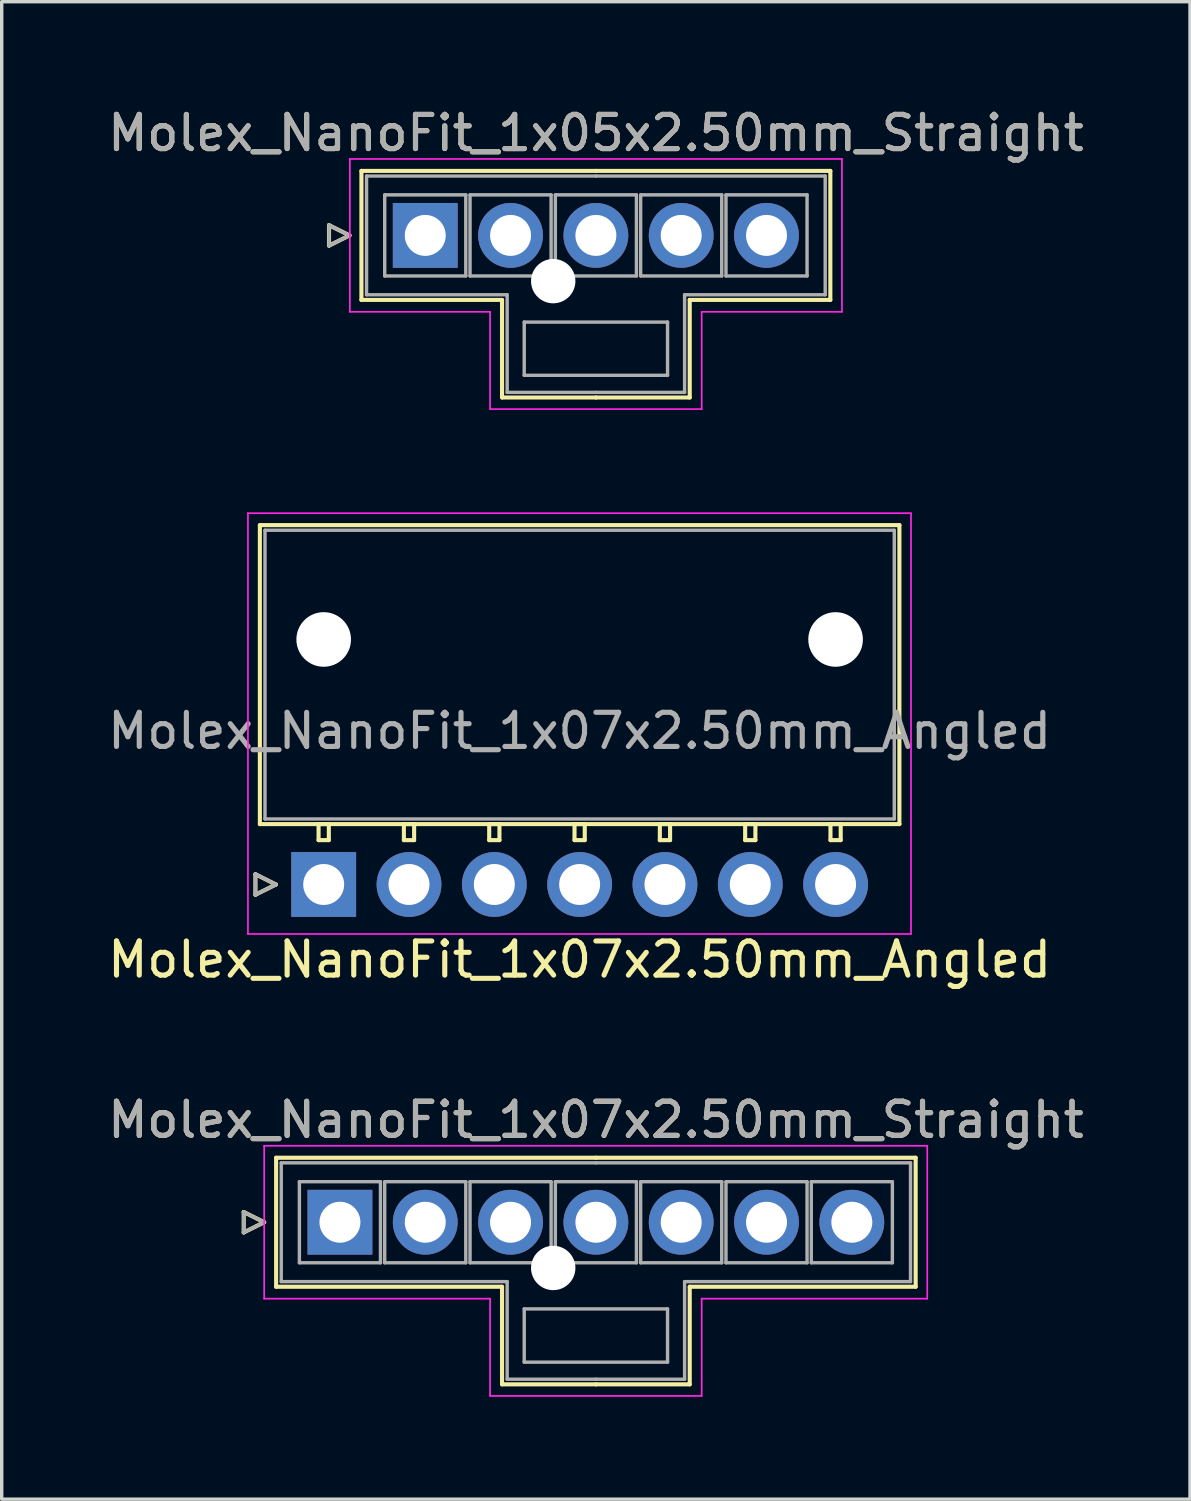
<source format=kicad_pcb>
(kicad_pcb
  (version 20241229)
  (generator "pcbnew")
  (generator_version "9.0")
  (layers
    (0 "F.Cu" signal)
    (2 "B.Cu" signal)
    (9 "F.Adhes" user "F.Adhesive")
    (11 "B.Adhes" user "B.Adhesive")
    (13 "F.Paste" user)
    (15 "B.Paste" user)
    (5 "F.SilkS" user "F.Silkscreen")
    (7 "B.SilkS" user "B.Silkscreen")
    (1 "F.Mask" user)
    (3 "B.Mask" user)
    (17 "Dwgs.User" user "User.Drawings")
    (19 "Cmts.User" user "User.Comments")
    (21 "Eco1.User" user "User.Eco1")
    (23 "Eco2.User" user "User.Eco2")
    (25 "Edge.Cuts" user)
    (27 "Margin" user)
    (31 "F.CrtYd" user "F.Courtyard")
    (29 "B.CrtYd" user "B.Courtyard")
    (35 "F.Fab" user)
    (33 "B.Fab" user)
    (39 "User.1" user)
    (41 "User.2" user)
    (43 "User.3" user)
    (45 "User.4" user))
  (footprint "Molex_NanoFit_1x07x2.50mm_Angled"
    (layer "F.Cu")
    (at 6.435 22.868)
    (property "Reference" "Molex_NanoFit_1x07x2.50mm_Angled" (at 7.5 2.2 0) (layer "F.SilkS") (effects (font (size 1 1) (thickness 0.15))))
    (attr through_hole)
    (fp_line (start -2 -0.3) (end -1.4 0) (stroke (width 0.12) (type solid)) (layer "F.SilkS"))
    (fp_line (start -2 0.3) (end -2 -0.3) (stroke (width 0.12) (type solid)) (layer "F.SilkS"))
    (fp_line (start -1.87 -10.53) (end -1.87 -1.77) (stroke (width 0.12) (type solid)) (layer "F.SilkS"))
    (fp_line (start -1.87 -1.77) (end 16.87 -1.77) (stroke (width 0.12) (type solid)) (layer "F.SilkS"))
    (fp_line (start -1.4 0) (end -2 0.3) (stroke (width 0.12) (type solid)) (layer "F.SilkS"))
    (fp_line (start -0.15 -1.77) (end -0.15 -1.3) (stroke (width 0.12) (type solid)) (layer "F.SilkS"))
    (fp_line (start -0.15 -1.3) (end 0.15 -1.3) (stroke (width 0.12) (type solid)) (layer "F.SilkS"))
    (fp_line (start 0.15 -1.77) (end -0.15 -1.77) (stroke (width 0.12) (type solid)) (layer "F.SilkS"))
    (fp_line (start 0.15 -1.3) (end 0.15 -1.77) (stroke (width 0.12) (type solid)) (layer "F.SilkS"))
    (fp_line (start 2.35 -1.77) (end 2.35 -1.3) (stroke (width 0.12) (type solid)) (layer "F.SilkS"))
    (fp_line (start 2.35 -1.3) (end 2.65 -1.3) (stroke (width 0.12) (type solid)) (layer "F.SilkS"))
    (fp_line (start 2.65 -1.77) (end 2.35 -1.77) (stroke (width 0.12) (type solid)) (layer "F.SilkS"))
    (fp_line (start 2.65 -1.3) (end 2.65 -1.77) (stroke (width 0.12) (type solid)) (layer "F.SilkS"))
    (fp_line (start 4.85 -1.77) (end 4.85 -1.3) (stroke (width 0.12) (type solid)) (layer "F.SilkS"))
    (fp_line (start 4.85 -1.3) (end 5.15 -1.3) (stroke (width 0.12) (type solid)) (layer "F.SilkS"))
    (fp_line (start 5.15 -1.77) (end 4.85 -1.77) (stroke (width 0.12) (type solid)) (layer "F.SilkS"))
    (fp_line (start 5.15 -1.3) (end 5.15 -1.77) (stroke (width 0.12) (type solid)) (layer "F.SilkS"))
    (fp_line (start 7.35 -1.77) (end 7.35 -1.3) (stroke (width 0.12) (type solid)) (layer "F.SilkS"))
    (fp_line (start 7.35 -1.3) (end 7.65 -1.3) (stroke (width 0.12) (type solid)) (layer "F.SilkS"))
    (fp_line (start 7.65 -1.77) (end 7.35 -1.77) (stroke (width 0.12) (type solid)) (layer "F.SilkS"))
    (fp_line (start 7.65 -1.3) (end 7.65 -1.77) (stroke (width 0.12) (type solid)) (layer "F.SilkS"))
    (fp_line (start 9.85 -1.77) (end 9.85 -1.3) (stroke (width 0.12) (type solid)) (layer "F.SilkS"))
    (fp_line (start 9.85 -1.3) (end 10.15 -1.3) (stroke (width 0.12) (type solid)) (layer "F.SilkS"))
    (fp_line (start 10.15 -1.77) (end 9.85 -1.77) (stroke (width 0.12) (type solid)) (layer "F.SilkS"))
    (fp_line (start 10.15 -1.3) (end 10.15 -1.77) (stroke (width 0.12) (type solid)) (layer "F.SilkS"))
    (fp_line (start 12.35 -1.77) (end 12.35 -1.3) (stroke (width 0.12) (type solid)) (layer "F.SilkS"))
    (fp_line (start 12.35 -1.3) (end 12.65 -1.3) (stroke (width 0.12) (type solid)) (layer "F.SilkS"))
    (fp_line (start 12.65 -1.77) (end 12.35 -1.77) (stroke (width 0.12) (type solid)) (layer "F.SilkS"))
    (fp_line (start 12.65 -1.3) (end 12.65 -1.77) (stroke (width 0.12) (type solid)) (layer "F.SilkS"))
    (fp_line (start 14.85 -1.77) (end 14.85 -1.3) (stroke (width 0.12) (type solid)) (layer "F.SilkS"))
    (fp_line (start 14.85 -1.3) (end 15.15 -1.3) (stroke (width 0.12) (type solid)) (layer "F.SilkS"))
    (fp_line (start 15.15 -1.77) (end 14.85 -1.77) (stroke (width 0.12) (type solid)) (layer "F.SilkS"))
    (fp_line (start 15.15 -1.3) (end 15.15 -1.77) (stroke (width 0.12) (type solid)) (layer "F.SilkS"))
    (fp_line (start 16.87 -10.53) (end -1.87 -10.53) (stroke (width 0.12) (type solid)) (layer "F.SilkS"))
    (fp_line (start 16.87 -1.77) (end 16.87 -10.53) (stroke (width 0.12) (type solid)) (layer "F.SilkS"))
    (fp_line (start -2.22 -10.88) (end -2.22 1.45) (stroke (width 0.05) (type solid)) (layer "F.CrtYd"))
    (fp_line (start -2.22 1.45) (end 17.21 1.45) (stroke (width 0.05) (type solid)) (layer "F.CrtYd"))
    (fp_line (start 17.21 -10.88) (end -2.22 -10.88) (stroke (width 0.05) (type solid)) (layer "F.CrtYd"))
    (fp_line (start 17.21 1.45) (end 17.21 -10.88) (stroke (width 0.05) (type solid)) (layer "F.CrtYd"))
    (fp_line (start -2 -0.3) (end -1.4 0) (stroke (width 0.1) (type solid)) (layer "F.Fab"))
    (fp_line (start -2 0.3) (end -2 -0.3) (stroke (width 0.1) (type solid)) (layer "F.Fab"))
    (fp_line (start -1.72 -10.38) (end -1.72 -1.92) (stroke (width 0.1) (type solid)) (layer "F.Fab"))
    (fp_line (start -1.72 -1.92) (end 16.72 -1.92) (stroke (width 0.1) (type solid)) (layer "F.Fab"))
    (fp_line (start -1.4 0) (end -2 0.3) (stroke (width 0.1) (type solid)) (layer "F.Fab"))
    (fp_line (start 16.72 -10.38) (end -1.72 -10.38) (stroke (width 0.1) (type solid)) (layer "F.Fab"))
    (fp_line (start 16.72 -1.92) (end 16.72 -10.38) (stroke (width 0.1) (type solid)) (layer "F.Fab"))
    (fp_text user "${REFERENCE}" (at 7.5 -4.5 0) (layer "F.Fab") (effects (font (size 1 1) (thickness 0.15))))
    (pad "" np_thru_hole circle (at 0 -7.18) (size 1.6 1.6) (drill 1.6) (layers "*.Cu" "*.Mask"))
    (pad "" np_thru_hole circle (at 15 -7.18) (size 1.6 1.6) (drill 1.6) (layers "*.Cu" "*.Mask"))
    (pad "1" thru_hole rect (at 0 0) (size 1.9 1.9) (drill 1.2) (layers "*.Cu" "*.Mask"))
    (pad "2" thru_hole circle (at 2.5 0) (size 1.9 1.9) (drill 1.2) (layers "*.Cu" "*.Mask"))
    (pad "3" thru_hole circle (at 5 0) (size 1.9 1.9) (drill 1.2) (layers "*.Cu" "*.Mask"))
    (pad "4" thru_hole circle (at 7.5 0) (size 1.9 1.9) (drill 1.2) (layers "*.Cu" "*.Mask"))
    (pad "5" thru_hole circle (at 10 0) (size 1.9 1.9) (drill 1.2) (layers "*.Cu" "*.Mask"))
    (pad "6" thru_hole circle (at 12.5 0) (size 1.9 1.9) (drill 1.2) (layers "*.Cu" "*.Mask"))
    (pad "7" thru_hole circle (at 15 0) (size 1.9 1.9) (drill 1.2) (layers "*.Cu" "*.Mask")))
  (footprint "Molex_NanoFit_1x05x2.50mm_Straight"
    (layer "F.Cu")
    (at 9.411 3.848)
    (property "Reference" "Molex_NanoFit_1x05x2.50mm_Straight" (at 5 -3 0) (layer "F.SilkS") (effects (font (size 1 1) (thickness 0.15))))
    (attr through_hole)
    (fp_line (start -2.82 -0.3) (end -2.22 0) (stroke (width 0.12) (type solid)) (layer "F.SilkS"))
    (fp_line (start -2.82 0.3) (end -2.82 -0.3) (stroke (width 0.12) (type solid)) (layer "F.SilkS"))
    (fp_line (start -2.22 0) (end -2.82 0.3) (stroke (width 0.12) (type solid)) (layer "F.SilkS"))
    (fp_line (start -1.87 -1.89) (end -1.87 1.89) (stroke (width 0.12) (type solid)) (layer "F.SilkS"))
    (fp_line (start -1.87 1.89) (end 2.25 1.89) (stroke (width 0.12) (type solid)) (layer "F.SilkS"))
    (fp_line (start 2.25 1.89) (end 2.25 4.75) (stroke (width 0.12) (type solid)) (layer "F.SilkS"))
    (fp_line (start 2.25 4.75) (end 5 4.75) (stroke (width 0.12) (type solid)) (layer "F.SilkS"))
    (fp_line (start 5 -1.89) (end -1.87 -1.89) (stroke (width 0.12) (type solid)) (layer "F.SilkS"))
    (fp_line (start 5 -1.89) (end 11.87 -1.89) (stroke (width 0.12) (type solid)) (layer "F.SilkS"))
    (fp_line (start 7.75 1.89) (end 7.75 4.75) (stroke (width 0.12) (type solid)) (layer "F.SilkS"))
    (fp_line (start 7.75 4.75) (end 5 4.75) (stroke (width 0.12) (type solid)) (layer "F.SilkS"))
    (fp_line (start 11.87 -1.89) (end 11.87 1.89) (stroke (width 0.12) (type solid)) (layer "F.SilkS"))
    (fp_line (start 11.87 1.89) (end 7.75 1.89) (stroke (width 0.12) (type solid)) (layer "F.SilkS"))
    (fp_line (start -2.21 -2.24) (end -2.21 2.24) (stroke (width 0.05) (type solid)) (layer "F.CrtYd"))
    (fp_line (start -2.21 2.24) (end 1.9 2.24) (stroke (width 0.05) (type solid)) (layer "F.CrtYd"))
    (fp_line (start 1.9 2.24) (end 1.9 5.09) (stroke (width 0.05) (type solid)) (layer "F.CrtYd"))
    (fp_line (start 1.9 5.09) (end 8.1 5.09) (stroke (width 0.05) (type solid)) (layer "F.CrtYd"))
    (fp_line (start 8.1 2.24) (end 12.21 2.24) (stroke (width 0.05) (type solid)) (layer "F.CrtYd"))
    (fp_line (start 8.1 5.09) (end 8.1 2.24) (stroke (width 0.05) (type solid)) (layer "F.CrtYd"))
    (fp_line (start 12.21 -2.24) (end -2.21 -2.24) (stroke (width 0.05) (type solid)) (layer "F.CrtYd"))
    (fp_line (start 12.21 2.24) (end 12.21 -2.24) (stroke (width 0.05) (type solid)) (layer "F.CrtYd"))
    (fp_line (start -2.82 -0.3) (end -2.22 0) (stroke (width 0.1) (type solid)) (layer "F.Fab"))
    (fp_line (start -2.82 0.3) (end -2.82 -0.3) (stroke (width 0.1) (type solid)) (layer "F.Fab"))
    (fp_line (start -2.22 0) (end -2.82 0.3) (stroke (width 0.1) (type solid)) (layer "F.Fab"))
    (fp_line (start -1.72 -1.74) (end -1.72 1.74) (stroke (width 0.1) (type solid)) (layer "F.Fab"))
    (fp_line (start -1.72 1.74) (end 2.4 1.74) (stroke (width 0.1) (type solid)) (layer "F.Fab"))
    (fp_line (start -1.188 -1.188) (end -1.188 1.188) (stroke (width 0.1) (type solid)) (layer "F.Fab"))
    (fp_line (start -1.188 1.188) (end 1.188 1.188) (stroke (width 0.1) (type solid)) (layer "F.Fab"))
    (fp_line (start 1.188 -1.188) (end -1.188 -1.188) (stroke (width 0.1) (type solid)) (layer "F.Fab"))
    (fp_line (start 1.188 1.188) (end 1.188 -1.188) (stroke (width 0.1) (type solid)) (layer "F.Fab"))
    (fp_line (start 1.312 -1.188) (end 1.312 1.188) (stroke (width 0.1) (type solid)) (layer "F.Fab"))
    (fp_line (start 1.312 1.188) (end 3.688 1.188) (stroke (width 0.1) (type solid)) (layer "F.Fab"))
    (fp_line (start 2.4 1.74) (end 2.4 4.6) (stroke (width 0.1) (type solid)) (layer "F.Fab"))
    (fp_line (start 2.4 4.6) (end 5 4.6) (stroke (width 0.1) (type solid)) (layer "F.Fab"))
    (fp_line (start 2.9 2.54) (end 2.9 4.1) (stroke (width 0.1) (type solid)) (layer "F.Fab"))
    (fp_line (start 2.9 4.1) (end 7.1 4.1) (stroke (width 0.1) (type solid)) (layer "F.Fab"))
    (fp_line (start 3.688 -1.188) (end 1.312 -1.188) (stroke (width 0.1) (type solid)) (layer "F.Fab"))
    (fp_line (start 3.688 1.188) (end 3.688 -1.188) (stroke (width 0.1) (type solid)) (layer "F.Fab"))
    (fp_line (start 3.812 -1.188) (end 3.812 1.188) (stroke (width 0.1) (type solid)) (layer "F.Fab"))
    (fp_line (start 3.812 1.188) (end 6.188 1.188) (stroke (width 0.1) (type solid)) (layer "F.Fab"))
    (fp_line (start 5 -1.74) (end -1.72 -1.74) (stroke (width 0.1) (type solid)) (layer "F.Fab"))
    (fp_line (start 5 -1.74) (end 11.72 -1.74) (stroke (width 0.1) (type solid)) (layer "F.Fab"))
    (fp_line (start 6.188 -1.188) (end 3.812 -1.188) (stroke (width 0.1) (type solid)) (layer "F.Fab"))
    (fp_line (start 6.188 1.188) (end 6.188 -1.188) (stroke (width 0.1) (type solid)) (layer "F.Fab"))
    (fp_line (start 6.312 -1.188) (end 6.312 1.188) (stroke (width 0.1) (type solid)) (layer "F.Fab"))
    (fp_line (start 6.312 1.188) (end 8.688 1.188) (stroke (width 0.1) (type solid)) (layer "F.Fab"))
    (fp_line (start 7.1 2.54) (end 2.9 2.54) (stroke (width 0.1) (type solid)) (layer "F.Fab"))
    (fp_line (start 7.1 4.1) (end 7.1 2.54) (stroke (width 0.1) (type solid)) (layer "F.Fab"))
    (fp_line (start 7.6 1.74) (end 7.6 4.6) (stroke (width 0.1) (type solid)) (layer "F.Fab"))
    (fp_line (start 7.6 4.6) (end 5 4.6) (stroke (width 0.1) (type solid)) (layer "F.Fab"))
    (fp_line (start 8.688 -1.188) (end 6.312 -1.188) (stroke (width 0.1) (type solid)) (layer "F.Fab"))
    (fp_line (start 8.688 1.188) (end 8.688 -1.188) (stroke (width 0.1) (type solid)) (layer "F.Fab"))
    (fp_line (start 8.812 -1.188) (end 8.812 1.188) (stroke (width 0.1) (type solid)) (layer "F.Fab"))
    (fp_line (start 8.812 1.188) (end 11.188 1.188) (stroke (width 0.1) (type solid)) (layer "F.Fab"))
    (fp_line (start 11.188 -1.188) (end 8.812 -1.188) (stroke (width 0.1) (type solid)) (layer "F.Fab"))
    (fp_line (start 11.188 1.188) (end 11.188 -1.188) (stroke (width 0.1) (type solid)) (layer "F.Fab"))
    (fp_line (start 11.72 -1.74) (end 11.72 1.74) (stroke (width 0.1) (type solid)) (layer "F.Fab"))
    (fp_line (start 11.72 1.74) (end 7.6 1.74) (stroke (width 0.1) (type solid)) (layer "F.Fab"))
    (fp_text user "${REFERENCE}" (at 5 -3 0) (layer "F.Fab") (effects (font (size 1 1) (thickness 0.15))))
    (pad "" np_thru_hole circle (at 3.75 1.34) (size 1.3 1.3) (drill 1.3) (layers "*.Cu" "*.Mask"))
    (pad "1" thru_hole rect (at 0 0) (size 1.9 1.9) (drill 1.2) (layers "*.Cu" "*.Mask"))
    (pad "2" thru_hole circle (at 2.5 0) (size 1.9 1.9) (drill 1.2) (layers "*.Cu" "*.Mask"))
    (pad "3" thru_hole circle (at 5 0) (size 1.9 1.9) (drill 1.2) (layers "*.Cu" "*.Mask"))
    (pad "4" thru_hole circle (at 7.5 0) (size 1.9 1.9) (drill 1.2) (layers "*.Cu" "*.Mask"))
    (pad "5" thru_hole circle (at 10 0) (size 1.9 1.9) (drill 1.2) (layers "*.Cu" "*.Mask")))
  (footprint "Molex_NanoFit_1x07x2.50mm_Straight"
    (layer "F.Cu")
    (at 6.911 32.765)
    (property "Reference" "Molex_NanoFit_1x07x2.50mm_Straight" (at 7.5 -3 0) (layer "F.SilkS") (effects (font (size 1 1) (thickness 0.15))))
    (attr through_hole)
    (fp_line (start -2.82 -0.3) (end -2.22 0) (stroke (width 0.12) (type solid)) (layer "F.SilkS"))
    (fp_line (start -2.82 0.3) (end -2.82 -0.3) (stroke (width 0.12) (type solid)) (layer "F.SilkS"))
    (fp_line (start -2.22 0) (end -2.82 0.3) (stroke (width 0.12) (type solid)) (layer "F.SilkS"))
    (fp_line (start -1.87 -1.89) (end -1.87 1.89) (stroke (width 0.12) (type solid)) (layer "F.SilkS"))
    (fp_line (start -1.87 1.89) (end 4.75 1.89) (stroke (width 0.12) (type solid)) (layer "F.SilkS"))
    (fp_line (start 4.75 1.89) (end 4.75 4.75) (stroke (width 0.12) (type solid)) (layer "F.SilkS"))
    (fp_line (start 4.75 4.75) (end 7.5 4.75) (stroke (width 0.12) (type solid)) (layer "F.SilkS"))
    (fp_line (start 7.5 -1.89) (end -1.87 -1.89) (stroke (width 0.12) (type solid)) (layer "F.SilkS"))
    (fp_line (start 7.5 -1.89) (end 16.87 -1.89) (stroke (width 0.12) (type solid)) (layer "F.SilkS"))
    (fp_line (start 10.25 1.89) (end 10.25 4.75) (stroke (width 0.12) (type solid)) (layer "F.SilkS"))
    (fp_line (start 10.25 4.75) (end 7.5 4.75) (stroke (width 0.12) (type solid)) (layer "F.SilkS"))
    (fp_line (start 16.87 -1.89) (end 16.87 1.89) (stroke (width 0.12) (type solid)) (layer "F.SilkS"))
    (fp_line (start 16.87 1.89) (end 10.25 1.89) (stroke (width 0.12) (type solid)) (layer "F.SilkS"))
    (fp_line (start -2.22 -2.24) (end -2.22 2.24) (stroke (width 0.05) (type solid)) (layer "F.CrtYd"))
    (fp_line (start -2.22 2.24) (end 4.4 2.24) (stroke (width 0.05) (type solid)) (layer "F.CrtYd"))
    (fp_line (start 4.4 2.24) (end 4.4 5.09) (stroke (width 0.05) (type solid)) (layer "F.CrtYd"))
    (fp_line (start 4.4 5.09) (end 10.6 5.09) (stroke (width 0.05) (type solid)) (layer "F.CrtYd"))
    (fp_line (start 10.6 2.24) (end 17.21 2.24) (stroke (width 0.05) (type solid)) (layer "F.CrtYd"))
    (fp_line (start 10.6 5.09) (end 10.6 2.24) (stroke (width 0.05) (type solid)) (layer "F.CrtYd"))
    (fp_line (start 17.21 -2.24) (end -2.22 -2.24) (stroke (width 0.05) (type solid)) (layer "F.CrtYd"))
    (fp_line (start 17.21 2.24) (end 17.21 -2.24) (stroke (width 0.05) (type solid)) (layer "F.CrtYd"))
    (fp_line (start -2.82 -0.3) (end -2.22 0) (stroke (width 0.1) (type solid)) (layer "F.Fab"))
    (fp_line (start -2.82 0.3) (end -2.82 -0.3) (stroke (width 0.1) (type solid)) (layer "F.Fab"))
    (fp_line (start -2.22 0) (end -2.82 0.3) (stroke (width 0.1) (type solid)) (layer "F.Fab"))
    (fp_line (start -1.72 -1.74) (end -1.72 1.74) (stroke (width 0.1) (type solid)) (layer "F.Fab"))
    (fp_line (start -1.72 1.74) (end 4.9 1.74) (stroke (width 0.1) (type solid)) (layer "F.Fab"))
    (fp_line (start -1.188 -1.188) (end -1.188 1.188) (stroke (width 0.1) (type solid)) (layer "F.Fab"))
    (fp_line (start -1.188 1.188) (end 1.188 1.188) (stroke (width 0.1) (type solid)) (layer "F.Fab"))
    (fp_line (start 1.188 -1.188) (end -1.188 -1.188) (stroke (width 0.1) (type solid)) (layer "F.Fab"))
    (fp_line (start 1.188 1.188) (end 1.188 -1.188) (stroke (width 0.1) (type solid)) (layer "F.Fab"))
    (fp_line (start 1.312 -1.188) (end 1.312 1.188) (stroke (width 0.1) (type solid)) (layer "F.Fab"))
    (fp_line (start 1.312 1.188) (end 3.688 1.188) (stroke (width 0.1) (type solid)) (layer "F.Fab"))
    (fp_line (start 3.688 -1.188) (end 1.312 -1.188) (stroke (width 0.1) (type solid)) (layer "F.Fab"))
    (fp_line (start 3.688 1.188) (end 3.688 -1.188) (stroke (width 0.1) (type solid)) (layer "F.Fab"))
    (fp_line (start 3.812 -1.188) (end 3.812 1.188) (stroke (width 0.1) (type solid)) (layer "F.Fab"))
    (fp_line (start 3.812 1.188) (end 6.188 1.188) (stroke (width 0.1) (type solid)) (layer "F.Fab"))
    (fp_line (start 4.9 1.74) (end 4.9 4.6) (stroke (width 0.1) (type solid)) (layer "F.Fab"))
    (fp_line (start 4.9 4.6) (end 7.5 4.6) (stroke (width 0.1) (type solid)) (layer "F.Fab"))
    (fp_line (start 5.4 2.54) (end 5.4 4.1) (stroke (width 0.1) (type solid)) (layer "F.Fab"))
    (fp_line (start 5.4 4.1) (end 9.6 4.1) (stroke (width 0.1) (type solid)) (layer "F.Fab"))
    (fp_line (start 6.188 -1.188) (end 3.812 -1.188) (stroke (width 0.1) (type solid)) (layer "F.Fab"))
    (fp_line (start 6.188 1.188) (end 6.188 -1.188) (stroke (width 0.1) (type solid)) (layer "F.Fab"))
    (fp_line (start 6.312 -1.188) (end 6.312 1.188) (stroke (width 0.1) (type solid)) (layer "F.Fab"))
    (fp_line (start 6.312 1.188) (end 8.688 1.188) (stroke (width 0.1) (type solid)) (layer "F.Fab"))
    (fp_line (start 7.5 -1.74) (end -1.72 -1.74) (stroke (width 0.1) (type solid)) (layer "F.Fab"))
    (fp_line (start 7.5 -1.74) (end 16.72 -1.74) (stroke (width 0.1) (type solid)) (layer "F.Fab"))
    (fp_line (start 8.688 -1.188) (end 6.312 -1.188) (stroke (width 0.1) (type solid)) (layer "F.Fab"))
    (fp_line (start 8.688 1.188) (end 8.688 -1.188) (stroke (width 0.1) (type solid)) (layer "F.Fab"))
    (fp_line (start 8.812 -1.188) (end 8.812 1.188) (stroke (width 0.1) (type solid)) (layer "F.Fab"))
    (fp_line (start 8.812 1.188) (end 11.188 1.188) (stroke (width 0.1) (type solid)) (layer "F.Fab"))
    (fp_line (start 9.6 2.54) (end 5.4 2.54) (stroke (width 0.1) (type solid)) (layer "F.Fab"))
    (fp_line (start 9.6 4.1) (end 9.6 2.54) (stroke (width 0.1) (type solid)) (layer "F.Fab"))
    (fp_line (start 10.1 1.74) (end 10.1 4.6) (stroke (width 0.1) (type solid)) (layer "F.Fab"))
    (fp_line (start 10.1 4.6) (end 7.5 4.6) (stroke (width 0.1) (type solid)) (layer "F.Fab"))
    (fp_line (start 11.188 -1.188) (end 8.812 -1.188) (stroke (width 0.1) (type solid)) (layer "F.Fab"))
    (fp_line (start 11.188 1.188) (end 11.188 -1.188) (stroke (width 0.1) (type solid)) (layer "F.Fab"))
    (fp_line (start 11.312 -1.188) (end 11.312 1.188) (stroke (width 0.1) (type solid)) (layer "F.Fab"))
    (fp_line (start 11.312 1.188) (end 13.688 1.188) (stroke (width 0.1) (type solid)) (layer "F.Fab"))
    (fp_line (start 13.688 -1.188) (end 11.312 -1.188) (stroke (width 0.1) (type solid)) (layer "F.Fab"))
    (fp_line (start 13.688 1.188) (end 13.688 -1.188) (stroke (width 0.1) (type solid)) (layer "F.Fab"))
    (fp_line (start 13.812 -1.188) (end 13.812 1.188) (stroke (width 0.1) (type solid)) (layer "F.Fab"))
    (fp_line (start 13.812 1.188) (end 16.188 1.188) (stroke (width 0.1) (type solid)) (layer "F.Fab"))
    (fp_line (start 16.188 -1.188) (end 13.812 -1.188) (stroke (width 0.1) (type solid)) (layer "F.Fab"))
    (fp_line (start 16.188 1.188) (end 16.188 -1.188) (stroke (width 0.1) (type solid)) (layer "F.Fab"))
    (fp_line (start 16.72 -1.74) (end 16.72 1.74) (stroke (width 0.1) (type solid)) (layer "F.Fab"))
    (fp_line (start 16.72 1.74) (end 10.1 1.74) (stroke (width 0.1) (type solid)) (layer "F.Fab"))
    (fp_text user "${REFERENCE}" (at 7.5 -3 0) (layer "F.Fab") (effects (font (size 1 1) (thickness 0.15))))
    (pad "" np_thru_hole circle (at 6.25 1.34) (size 1.3 1.3) (drill 1.3) (layers "*.Cu" "*.Mask"))
    (pad "1" thru_hole rect (at 0 0) (size 1.9 1.9) (drill 1.2) (layers "*.Cu" "*.Mask"))
    (pad "2" thru_hole circle (at 2.5 0) (size 1.9 1.9) (drill 1.2) (layers "*.Cu" "*.Mask"))
    (pad "3" thru_hole circle (at 5 0) (size 1.9 1.9) (drill 1.2) (layers "*.Cu" "*.Mask"))
    (pad "4" thru_hole circle (at 7.5 0) (size 1.9 1.9) (drill 1.2) (layers "*.Cu" "*.Mask"))
    (pad "5" thru_hole circle (at 10 0) (size 1.9 1.9) (drill 1.2) (layers "*.Cu" "*.Mask"))
    (pad "6" thru_hole circle (at 12.5 0) (size 1.9 1.9) (drill 1.2) (layers "*.Cu" "*.Mask"))
    (pad "7" thru_hole circle (at 15 0) (size 1.9 1.9) (drill 1.2) (layers "*.Cu" "*.Mask")))
  (gr_rect
    (start -3 -3)
    (end 31.821 40.88)
    (stroke (width 0.1) (type default))
    (fill no)
    (layer "Edge.Cuts")))
</source>
